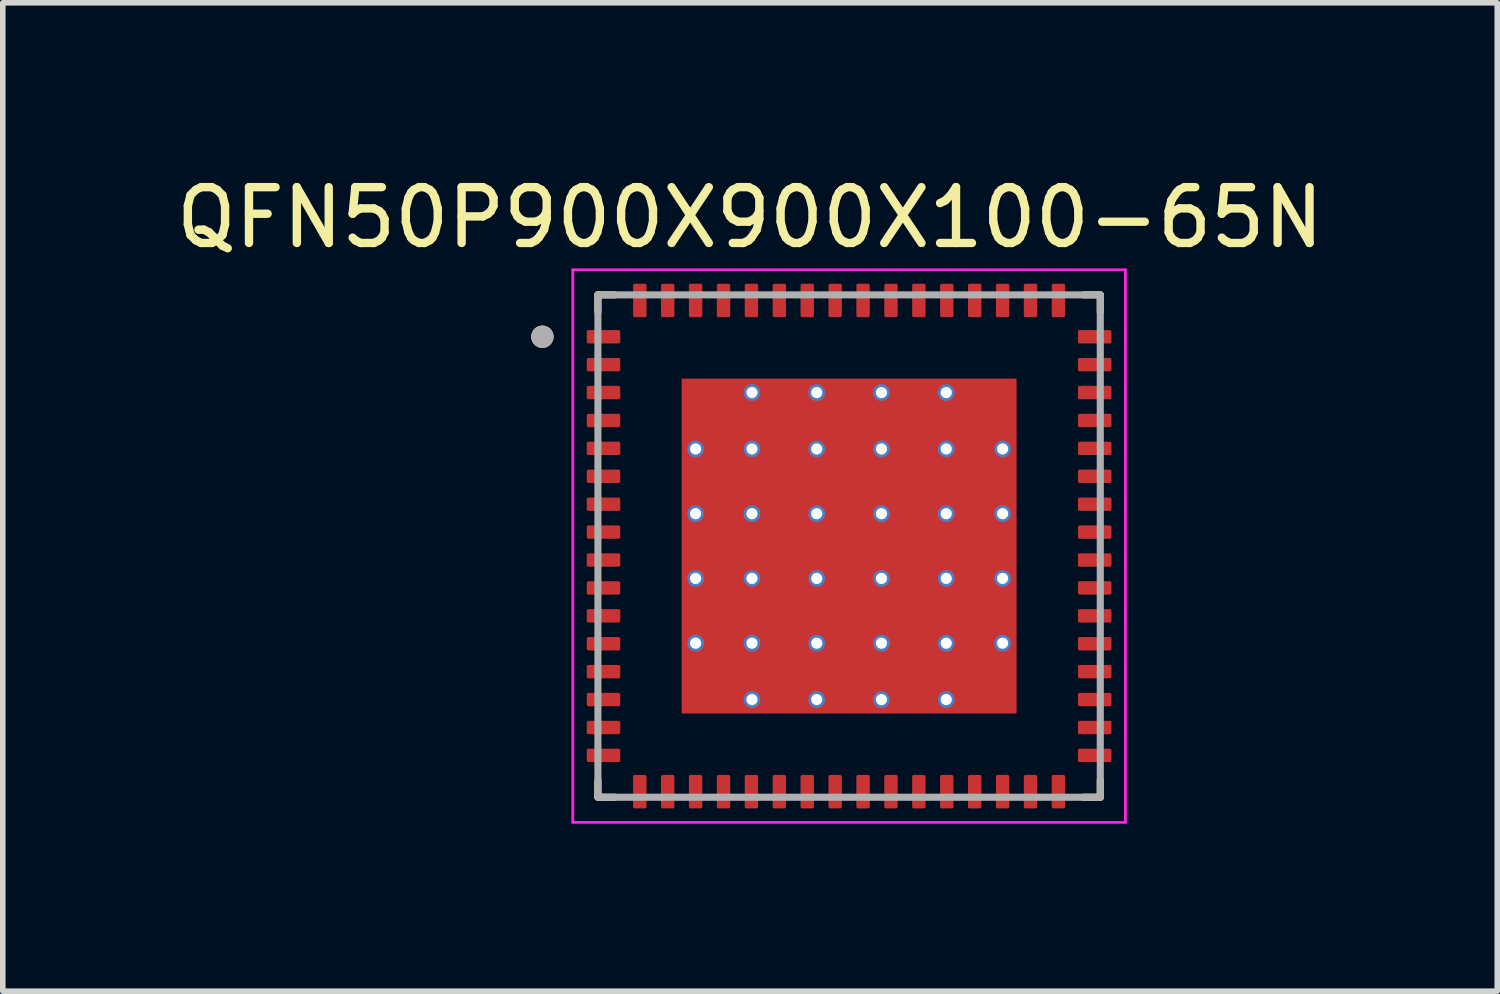
<source format=kicad_pcb>
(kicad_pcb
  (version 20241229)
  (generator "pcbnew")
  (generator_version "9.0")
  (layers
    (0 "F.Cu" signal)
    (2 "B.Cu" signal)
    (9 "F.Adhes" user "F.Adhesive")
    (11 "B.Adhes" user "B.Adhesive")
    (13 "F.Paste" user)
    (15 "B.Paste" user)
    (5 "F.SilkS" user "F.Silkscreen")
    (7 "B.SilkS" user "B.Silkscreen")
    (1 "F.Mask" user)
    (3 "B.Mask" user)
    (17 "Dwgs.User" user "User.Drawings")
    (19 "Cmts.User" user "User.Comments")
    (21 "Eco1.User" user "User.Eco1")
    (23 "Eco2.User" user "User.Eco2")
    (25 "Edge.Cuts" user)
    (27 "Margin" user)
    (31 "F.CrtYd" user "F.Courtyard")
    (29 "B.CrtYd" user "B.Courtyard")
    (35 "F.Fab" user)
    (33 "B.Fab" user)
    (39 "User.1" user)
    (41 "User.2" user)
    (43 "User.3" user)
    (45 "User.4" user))
  (footprint "QFN50P900X900X100-65N"
    (layer "F.Cu")
    (at 12.162 6.733)
    (property "Reference" "QFN50P900X900X100-65N" (at -1.775 -5.885 0) (layer "F.SilkS") (effects (font (size 1 1) (thickness 0.15))))
    (attr smd)
    (fp_line (start -4.5 -4.5) (end -4.5 -4.2) (stroke (width 0.127) (type solid)) (layer "F.SilkS"))
    (fp_line (start -4.5 -4.5) (end -4.2 -4.5) (stroke (width 0.127) (type solid)) (layer "F.SilkS"))
    (fp_line (start -4.5 4.5) (end -4.5 4.2) (stroke (width 0.127) (type solid)) (layer "F.SilkS"))
    (fp_line (start -4.5 4.5) (end -4.2 4.5) (stroke (width 0.127) (type solid)) (layer "F.SilkS"))
    (fp_line (start 4.5 -4.5) (end 4.2 -4.5) (stroke (width 0.127) (type solid)) (layer "F.SilkS"))
    (fp_line (start 4.5 -4.5) (end 4.5 -4.2) (stroke (width 0.127) (type solid)) (layer "F.SilkS"))
    (fp_line (start 4.5 4.5) (end 4.2 4.5) (stroke (width 0.127) (type solid)) (layer "F.SilkS"))
    (fp_line (start 4.5 4.5) (end 4.5 4.2) (stroke (width 0.127) (type solid)) (layer "F.SilkS"))
    (fp_circle (center -5.495 -3.75) (end -5.395 -3.75) (stroke (width 0.2) (type solid)) (fill no) (layer "F.SilkS"))
    (fp_poly (pts (xy -2.8 -2.8) (xy -1.84 -2.8) (xy -1.84 -1.84) (xy -2.8 -1.84)) (stroke (width 0.01) (type solid)) (fill yes) (layer "F.Paste"))
    (fp_poly (pts (xy -2.8 -1.64) (xy -1.84 -1.64) (xy -1.84 -0.68) (xy -2.8 -0.68)) (stroke (width 0.01) (type solid)) (fill yes) (layer "F.Paste"))
    (fp_poly (pts (xy -2.8 -0.48) (xy -1.84 -0.48) (xy -1.84 0.48) (xy -2.8 0.48)) (stroke (width 0.01) (type solid)) (fill yes) (layer "F.Paste"))
    (fp_poly (pts (xy -2.8 0.68) (xy -1.84 0.68) (xy -1.84 1.64) (xy -2.8 1.64)) (stroke (width 0.01) (type solid)) (fill yes) (layer "F.Paste"))
    (fp_poly (pts (xy -2.8 1.84) (xy -1.84 1.84) (xy -1.84 2.8) (xy -2.8 2.8)) (stroke (width 0.01) (type solid)) (fill yes) (layer "F.Paste"))
    (fp_poly (pts (xy -1.64 -2.8) (xy -0.68 -2.8) (xy -0.68 -1.84) (xy -1.64 -1.84)) (stroke (width 0.01) (type solid)) (fill yes) (layer "F.Paste"))
    (fp_poly (pts (xy -1.64 -1.64) (xy -0.68 -1.64) (xy -0.68 -0.68) (xy -1.64 -0.68)) (stroke (width 0.01) (type solid)) (fill yes) (layer "F.Paste"))
    (fp_poly (pts (xy -1.64 -0.48) (xy -0.68 -0.48) (xy -0.68 0.48) (xy -1.64 0.48)) (stroke (width 0.01) (type solid)) (fill yes) (layer "F.Paste"))
    (fp_poly (pts (xy -1.64 0.68) (xy -0.68 0.68) (xy -0.68 1.64) (xy -1.64 1.64)) (stroke (width 0.01) (type solid)) (fill yes) (layer "F.Paste"))
    (fp_poly (pts (xy -1.64 1.84) (xy -0.68 1.84) (xy -0.68 2.8) (xy -1.64 2.8)) (stroke (width 0.01) (type solid)) (fill yes) (layer "F.Paste"))
    (fp_poly (pts (xy -0.48 -2.8) (xy 0.48 -2.8) (xy 0.48 -1.84) (xy -0.48 -1.84)) (stroke (width 0.01) (type solid)) (fill yes) (layer "F.Paste"))
    (fp_poly (pts (xy -0.48 -1.64) (xy 0.48 -1.64) (xy 0.48 -0.68) (xy -0.48 -0.68)) (stroke (width 0.01) (type solid)) (fill yes) (layer "F.Paste"))
    (fp_poly (pts (xy -0.48 -0.48) (xy 0.48 -0.48) (xy 0.48 0.48) (xy -0.48 0.48)) (stroke (width 0.01) (type solid)) (fill yes) (layer "F.Paste"))
    (fp_poly (pts (xy -0.48 0.68) (xy 0.48 0.68) (xy 0.48 1.64) (xy -0.48 1.64)) (stroke (width 0.01) (type solid)) (fill yes) (layer "F.Paste"))
    (fp_poly (pts (xy -0.48 1.84) (xy 0.48 1.84) (xy 0.48 2.8) (xy -0.48 2.8)) (stroke (width 0.01) (type solid)) (fill yes) (layer "F.Paste"))
    (fp_poly (pts (xy 0.68 -2.8) (xy 1.64 -2.8) (xy 1.64 -1.84) (xy 0.68 -1.84)) (stroke (width 0.01) (type solid)) (fill yes) (layer "F.Paste"))
    (fp_poly (pts (xy 0.68 -1.64) (xy 1.64 -1.64) (xy 1.64 -0.68) (xy 0.68 -0.68)) (stroke (width 0.01) (type solid)) (fill yes) (layer "F.Paste"))
    (fp_poly (pts (xy 0.68 -0.48) (xy 1.64 -0.48) (xy 1.64 0.48) (xy 0.68 0.48)) (stroke (width 0.01) (type solid)) (fill yes) (layer "F.Paste"))
    (fp_poly (pts (xy 0.68 0.68) (xy 1.64 0.68) (xy 1.64 1.64) (xy 0.68 1.64)) (stroke (width 0.01) (type solid)) (fill yes) (layer "F.Paste"))
    (fp_poly (pts (xy 0.68 1.84) (xy 1.64 1.84) (xy 1.64 2.8) (xy 0.68 2.8)) (stroke (width 0.01) (type solid)) (fill yes) (layer "F.Paste"))
    (fp_poly (pts (xy 1.84 -2.8) (xy 2.8 -2.8) (xy 2.8 -1.84) (xy 1.84 -1.84)) (stroke (width 0.01) (type solid)) (fill yes) (layer "F.Paste"))
    (fp_poly (pts (xy 1.84 -1.64) (xy 2.8 -1.64) (xy 2.8 -0.68) (xy 1.84 -0.68)) (stroke (width 0.01) (type solid)) (fill yes) (layer "F.Paste"))
    (fp_poly (pts (xy 1.84 -0.48) (xy 2.8 -0.48) (xy 2.8 0.48) (xy 1.84 0.48)) (stroke (width 0.01) (type solid)) (fill yes) (layer "F.Paste"))
    (fp_poly (pts (xy 1.84 0.68) (xy 2.8 0.68) (xy 2.8 1.64) (xy 1.84 1.64)) (stroke (width 0.01) (type solid)) (fill yes) (layer "F.Paste"))
    (fp_poly (pts (xy 1.84 1.84) (xy 2.8 1.84) (xy 2.8 2.8) (xy 1.84 2.8)) (stroke (width 0.01) (type solid)) (fill yes) (layer "F.Paste"))
    (fp_line (start -4.95 -4.95) (end 4.95 -4.95) (stroke (width 0.05) (type solid)) (layer "F.CrtYd"))
    (fp_line (start -4.95 4.95) (end -4.95 -4.95) (stroke (width 0.05) (type solid)) (layer "F.CrtYd"))
    (fp_line (start -4.95 4.95) (end 4.95 4.95) (stroke (width 0.05) (type solid)) (layer "F.CrtYd"))
    (fp_line (start 4.95 4.95) (end 4.95 -4.95) (stroke (width 0.05) (type solid)) (layer "F.CrtYd"))
    (fp_line (start -4.5 4.5) (end -4.5 -4.5) (stroke (width 0.127) (type solid)) (layer "F.Fab"))
    (fp_line (start 4.5 -4.5) (end -4.5 -4.5) (stroke (width 0.127) (type solid)) (layer "F.Fab"))
    (fp_line (start 4.5 4.5) (end -4.5 4.5) (stroke (width 0.127) (type solid)) (layer "F.Fab"))
    (fp_line (start 4.5 4.5) (end 4.5 -4.5) (stroke (width 0.127) (type solid)) (layer "F.Fab"))
    (fp_circle (center -5.495 -3.75) (end -5.395 -3.75) (stroke (width 0.2) (type solid)) (fill no) (layer "F.Fab"))
    (pad "1" smd roundrect (at -4.4 -3.75) (size 0.6 0.24) (layers "F.Cu" "F.Mask" "F.Paste") (roundrect_rratio 0.125))
    (pad "2" smd roundrect (at -4.4 -3.25) (size 0.6 0.24) (layers "F.Cu" "F.Mask" "F.Paste") (roundrect_rratio 0.125))
    (pad "3" smd roundrect (at -4.4 -2.75) (size 0.6 0.24) (layers "F.Cu" "F.Mask" "F.Paste") (roundrect_rratio 0.125))
    (pad "4" smd roundrect (at -4.4 -2.25) (size 0.6 0.24) (layers "F.Cu" "F.Mask" "F.Paste") (roundrect_rratio 0.125))
    (pad "5" smd roundrect (at -4.4 -1.75) (size 0.6 0.24) (layers "F.Cu" "F.Mask" "F.Paste") (roundrect_rratio 0.125))
    (pad "6" smd roundrect (at -4.4 -1.25) (size 0.6 0.24) (layers "F.Cu" "F.Mask" "F.Paste") (roundrect_rratio 0.125))
    (pad "7" smd roundrect (at -4.4 -0.75) (size 0.6 0.24) (layers "F.Cu" "F.Mask" "F.Paste") (roundrect_rratio 0.125))
    (pad "8" smd roundrect (at -4.4 -0.25) (size 0.6 0.24) (layers "F.Cu" "F.Mask" "F.Paste") (roundrect_rratio 0.125))
    (pad "9" smd roundrect (at -4.4 0.25) (size 0.6 0.24) (layers "F.Cu" "F.Mask" "F.Paste") (roundrect_rratio 0.125))
    (pad "10" smd roundrect (at -4.4 0.75) (size 0.6 0.24) (layers "F.Cu" "F.Mask" "F.Paste") (roundrect_rratio 0.125))
    (pad "11" smd roundrect (at -4.4 1.25) (size 0.6 0.24) (layers "F.Cu" "F.Mask" "F.Paste") (roundrect_rratio 0.125))
    (pad "12" smd roundrect (at -4.4 1.75) (size 0.6 0.24) (layers "F.Cu" "F.Mask" "F.Paste") (roundrect_rratio 0.125))
    (pad "13" smd roundrect (at -4.4 2.25) (size 0.6 0.24) (layers "F.Cu" "F.Mask" "F.Paste") (roundrect_rratio 0.125))
    (pad "14" smd roundrect (at -4.4 2.75) (size 0.6 0.24) (layers "F.Cu" "F.Mask" "F.Paste") (roundrect_rratio 0.125))
    (pad "15" smd roundrect (at -4.4 3.25) (size 0.6 0.24) (layers "F.Cu" "F.Mask" "F.Paste") (roundrect_rratio 0.125))
    (pad "16" smd roundrect (at -4.4 3.75) (size 0.6 0.24) (layers "F.Cu" "F.Mask" "F.Paste") (roundrect_rratio 0.125))
    (pad "17" smd roundrect (at -3.75 4.4) (size 0.24 0.6) (layers "F.Cu" "F.Mask" "F.Paste") (roundrect_rratio 0.125))
    (pad "18" smd roundrect (at -3.25 4.4) (size 0.24 0.6) (layers "F.Cu" "F.Mask" "F.Paste") (roundrect_rratio 0.125))
    (pad "19" smd roundrect (at -2.75 4.4) (size 0.24 0.6) (layers "F.Cu" "F.Mask" "F.Paste") (roundrect_rratio 0.125))
    (pad "20" smd roundrect (at -2.25 4.4) (size 0.24 0.6) (layers "F.Cu" "F.Mask" "F.Paste") (roundrect_rratio 0.125))
    (pad "21" smd roundrect (at -1.75 4.4) (size 0.24 0.6) (layers "F.Cu" "F.Mask" "F.Paste") (roundrect_rratio 0.125))
    (pad "22" smd roundrect (at -1.25 4.4) (size 0.24 0.6) (layers "F.Cu" "F.Mask" "F.Paste") (roundrect_rratio 0.125))
    (pad "23" smd roundrect (at -0.75 4.4) (size 0.24 0.6) (layers "F.Cu" "F.Mask" "F.Paste") (roundrect_rratio 0.125))
    (pad "24" smd roundrect (at -0.25 4.4) (size 0.24 0.6) (layers "F.Cu" "F.Mask" "F.Paste") (roundrect_rratio 0.125))
    (pad "25" smd roundrect (at 0.25 4.4) (size 0.24 0.6) (layers "F.Cu" "F.Mask" "F.Paste") (roundrect_rratio 0.125))
    (pad "26" smd roundrect (at 0.75 4.4) (size 0.24 0.6) (layers "F.Cu" "F.Mask" "F.Paste") (roundrect_rratio 0.125))
    (pad "27" smd roundrect (at 1.25 4.4) (size 0.24 0.6) (layers "F.Cu" "F.Mask" "F.Paste") (roundrect_rratio 0.125))
    (pad "28" smd roundrect (at 1.75 4.4) (size 0.24 0.6) (layers "F.Cu" "F.Mask" "F.Paste") (roundrect_rratio 0.125))
    (pad "29" smd roundrect (at 2.25 4.4) (size 0.24 0.6) (layers "F.Cu" "F.Mask" "F.Paste") (roundrect_rratio 0.125))
    (pad "30" smd roundrect (at 2.75 4.4) (size 0.24 0.6) (layers "F.Cu" "F.Mask" "F.Paste") (roundrect_rratio 0.125))
    (pad "31" smd roundrect (at 3.25 4.4) (size 0.24 0.6) (layers "F.Cu" "F.Mask" "F.Paste") (roundrect_rratio 0.125))
    (pad "32" smd roundrect (at 3.75 4.4) (size 0.24 0.6) (layers "F.Cu" "F.Mask" "F.Paste") (roundrect_rratio 0.125))
    (pad "33" smd roundrect (at 4.4 3.75) (size 0.6 0.24) (layers "F.Cu" "F.Mask" "F.Paste") (roundrect_rratio 0.125))
    (pad "34" smd roundrect (at 4.4 3.25) (size 0.6 0.24) (layers "F.Cu" "F.Mask" "F.Paste") (roundrect_rratio 0.125))
    (pad "35" smd roundrect (at 4.4 2.75) (size 0.6 0.24) (layers "F.Cu" "F.Mask" "F.Paste") (roundrect_rratio 0.125))
    (pad "36" smd roundrect (at 4.4 2.25) (size 0.6 0.24) (layers "F.Cu" "F.Mask" "F.Paste") (roundrect_rratio 0.125))
    (pad "37" smd roundrect (at 4.4 1.75) (size 0.6 0.24) (layers "F.Cu" "F.Mask" "F.Paste") (roundrect_rratio 0.125))
    (pad "38" smd roundrect (at 4.4 1.25) (size 0.6 0.24) (layers "F.Cu" "F.Mask" "F.Paste") (roundrect_rratio 0.125))
    (pad "39" smd roundrect (at 4.4 0.75) (size 0.6 0.24) (layers "F.Cu" "F.Mask" "F.Paste") (roundrect_rratio 0.125))
    (pad "40" smd roundrect (at 4.4 0.25) (size 0.6 0.24) (layers "F.Cu" "F.Mask" "F.Paste") (roundrect_rratio 0.125))
    (pad "41" smd roundrect (at 4.4 -0.25) (size 0.6 0.24) (layers "F.Cu" "F.Mask" "F.Paste") (roundrect_rratio 0.125))
    (pad "42" smd roundrect (at 4.4 -0.75) (size 0.6 0.24) (layers "F.Cu" "F.Mask" "F.Paste") (roundrect_rratio 0.125))
    (pad "43" smd roundrect (at 4.4 -1.25) (size 0.6 0.24) (layers "F.Cu" "F.Mask" "F.Paste") (roundrect_rratio 0.125))
    (pad "44" smd roundrect (at 4.4 -1.75) (size 0.6 0.24) (layers "F.Cu" "F.Mask" "F.Paste") (roundrect_rratio 0.125))
    (pad "45" smd roundrect (at 4.4 -2.25) (size 0.6 0.24) (layers "F.Cu" "F.Mask" "F.Paste") (roundrect_rratio 0.125))
    (pad "46" smd roundrect (at 4.4 -2.75) (size 0.6 0.24) (layers "F.Cu" "F.Mask" "F.Paste") (roundrect_rratio 0.125))
    (pad "47" smd roundrect (at 4.4 -3.25) (size 0.6 0.24) (layers "F.Cu" "F.Mask" "F.Paste") (roundrect_rratio 0.125))
    (pad "48" smd roundrect (at 4.4 -3.75) (size 0.6 0.24) (layers "F.Cu" "F.Mask" "F.Paste") (roundrect_rratio 0.125))
    (pad "49" smd roundrect (at 3.75 -4.4) (size 0.24 0.6) (layers "F.Cu" "F.Mask" "F.Paste") (roundrect_rratio 0.125))
    (pad "50" smd roundrect (at 3.25 -4.4) (size 0.24 0.6) (layers "F.Cu" "F.Mask" "F.Paste") (roundrect_rratio 0.125))
    (pad "51" smd roundrect (at 2.75 -4.4) (size 0.24 0.6) (layers "F.Cu" "F.Mask" "F.Paste") (roundrect_rratio 0.125))
    (pad "52" smd roundrect (at 2.25 -4.4) (size 0.24 0.6) (layers "F.Cu" "F.Mask" "F.Paste") (roundrect_rratio 0.125))
    (pad "53" smd roundrect (at 1.75 -4.4) (size 0.24 0.6) (layers "F.Cu" "F.Mask" "F.Paste") (roundrect_rratio 0.125))
    (pad "54" smd roundrect (at 1.25 -4.4) (size 0.24 0.6) (layers "F.Cu" "F.Mask" "F.Paste") (roundrect_rratio 0.125))
    (pad "55" smd roundrect (at 0.75 -4.4) (size 0.24 0.6) (layers "F.Cu" "F.Mask" "F.Paste") (roundrect_rratio 0.125))
    (pad "56" smd roundrect (at 0.25 -4.4) (size 0.24 0.6) (layers "F.Cu" "F.Mask" "F.Paste") (roundrect_rratio 0.125))
    (pad "57" smd roundrect (at -0.25 -4.4) (size 0.24 0.6) (layers "F.Cu" "F.Mask" "F.Paste") (roundrect_rratio 0.125))
    (pad "58" smd roundrect (at -0.75 -4.4) (size 0.24 0.6) (layers "F.Cu" "F.Mask" "F.Paste") (roundrect_rratio 0.125))
    (pad "59" smd roundrect (at -1.25 -4.4) (size 0.24 0.6) (layers "F.Cu" "F.Mask" "F.Paste") (roundrect_rratio 0.125))
    (pad "60" smd roundrect (at -1.75 -4.4) (size 0.24 0.6) (layers "F.Cu" "F.Mask" "F.Paste") (roundrect_rratio 0.125))
    (pad "61" smd roundrect (at -2.25 -4.4) (size 0.24 0.6) (layers "F.Cu" "F.Mask" "F.Paste") (roundrect_rratio 0.125))
    (pad "62" smd roundrect (at -2.75 -4.4) (size 0.24 0.6) (layers "F.Cu" "F.Mask" "F.Paste") (roundrect_rratio 0.125))
    (pad "63" smd roundrect (at -3.25 -4.4) (size 0.24 0.6) (layers "F.Cu" "F.Mask" "F.Paste") (roundrect_rratio 0.125))
    (pad "64" smd roundrect (at -3.75 -4.4) (size 0.24 0.6) (layers "F.Cu" "F.Mask" "F.Paste") (roundrect_rratio 0.125))
    (pad "65" smd rect (at 0 0) (size 6 6) (layers "F.Cu" "F.Mask"))
    (pad "66" thru_hole circle (at -0.58 0.58) (size 0.3 0.3) (drill 0.2) (layers "*.Cu"))
    (pad "67" thru_hole circle (at -0.58 -0.58) (size 0.3 0.3) (drill 0.2) (layers "*.Cu"))
    (pad "68" thru_hole circle (at 0.58 -0.58) (size 0.3 0.3) (drill 0.2) (layers "*.Cu"))
    (pad "69" thru_hole circle (at 0.58 0.58) (size 0.3 0.3) (drill 0.2) (layers "*.Cu"))
    (pad "70" thru_hole circle (at 1.74 0.58) (size 0.3 0.3) (drill 0.2) (layers "*.Cu"))
    (pad "71" thru_hole circle (at 1.74 -0.58) (size 0.3 0.3) (drill 0.2) (layers "*.Cu"))
    (pad "72" thru_hole circle (at 2.75 -0.58) (size 0.3 0.3) (drill 0.2) (layers "*.Cu"))
    (pad "73" thru_hole circle (at 2.75 0.58) (size 0.3 0.3) (drill 0.2) (layers "*.Cu"))
    (pad "74" thru_hole circle (at -1.74 -0.58) (size 0.3 0.3) (drill 0.2) (layers "*.Cu"))
    (pad "75" thru_hole circle (at -1.74 0.58) (size 0.3 0.3) (drill 0.2) (layers "*.Cu"))
    (pad "76" thru_hole circle (at -2.75 -0.58) (size 0.3 0.3) (drill 0.2) (layers "*.Cu"))
    (pad "77" thru_hole circle (at -2.75 0.58) (size 0.3 0.3) (drill 0.2) (layers "*.Cu"))
    (pad "78" thru_hole circle (at -0.58 -1.74) (size 0.3 0.3) (drill 0.2) (layers "*.Cu"))
    (pad "79" thru_hole circle (at 0.58 -1.74) (size 0.3 0.3) (drill 0.2) (layers "*.Cu"))
    (pad "80" thru_hole circle (at 1.74 -1.74) (size 0.3 0.3) (drill 0.2) (layers "*.Cu"))
    (pad "81" thru_hole circle (at 2.75 -1.74) (size 0.3 0.3) (drill 0.2) (layers "*.Cu"))
    (pad "82" thru_hole circle (at -1.74 -1.74) (size 0.3 0.3) (drill 0.2) (layers "*.Cu"))
    (pad "83" thru_hole circle (at -2.75 -1.74) (size 0.3 0.3) (drill 0.2) (layers "*.Cu"))
    (pad "84" thru_hole circle (at -0.58 1.74) (size 0.3 0.3) (drill 0.2) (layers "*.Cu"))
    (pad "85" thru_hole circle (at 0.58 1.74) (size 0.3 0.3) (drill 0.2) (layers "*.Cu"))
    (pad "86" thru_hole circle (at 1.74 1.74) (size 0.3 0.3) (drill 0.2) (layers "*.Cu"))
    (pad "87" thru_hole circle (at 2.75 1.74) (size 0.3 0.3) (drill 0.2) (layers "*.Cu"))
    (pad "88" thru_hole circle (at -1.74 1.74) (size 0.3 0.3) (drill 0.2) (layers "*.Cu"))
    (pad "89" thru_hole circle (at -2.75 1.74) (size 0.3 0.3) (drill 0.2) (layers "*.Cu"))
    (pad "90" thru_hole circle (at -0.58 2.75) (size 0.3 0.3) (drill 0.2) (layers "*.Cu"))
    (pad "91" thru_hole circle (at 0.58 2.75) (size 0.3 0.3) (drill 0.2) (layers "*.Cu"))
    (pad "92" thru_hole circle (at 1.74 2.75) (size 0.3 0.3) (drill 0.2) (layers "*.Cu"))
    (pad "94" thru_hole circle (at -1.74 2.75) (size 0.3 0.3) (drill 0.2) (layers "*.Cu"))
    (pad "96" thru_hole circle (at -0.58 -2.75) (size 0.3 0.3) (drill 0.2) (layers "*.Cu"))
    (pad "97" thru_hole circle (at 0.58 -2.75) (size 0.3 0.3) (drill 0.2) (layers "*.Cu"))
    (pad "98" thru_hole circle (at 1.74 -2.75) (size 0.3 0.3) (drill 0.2) (layers "*.Cu"))
    (pad "100" thru_hole circle (at -1.74 -2.75) (size 0.3 0.3) (drill 0.2) (layers "*.Cu")))
  (gr_rect
    (start -3 -3)
    (end 23.774 14.708)
    (stroke (width 0.1) (type default))
    (fill no)
    (layer "Edge.Cuts")))
</source>
